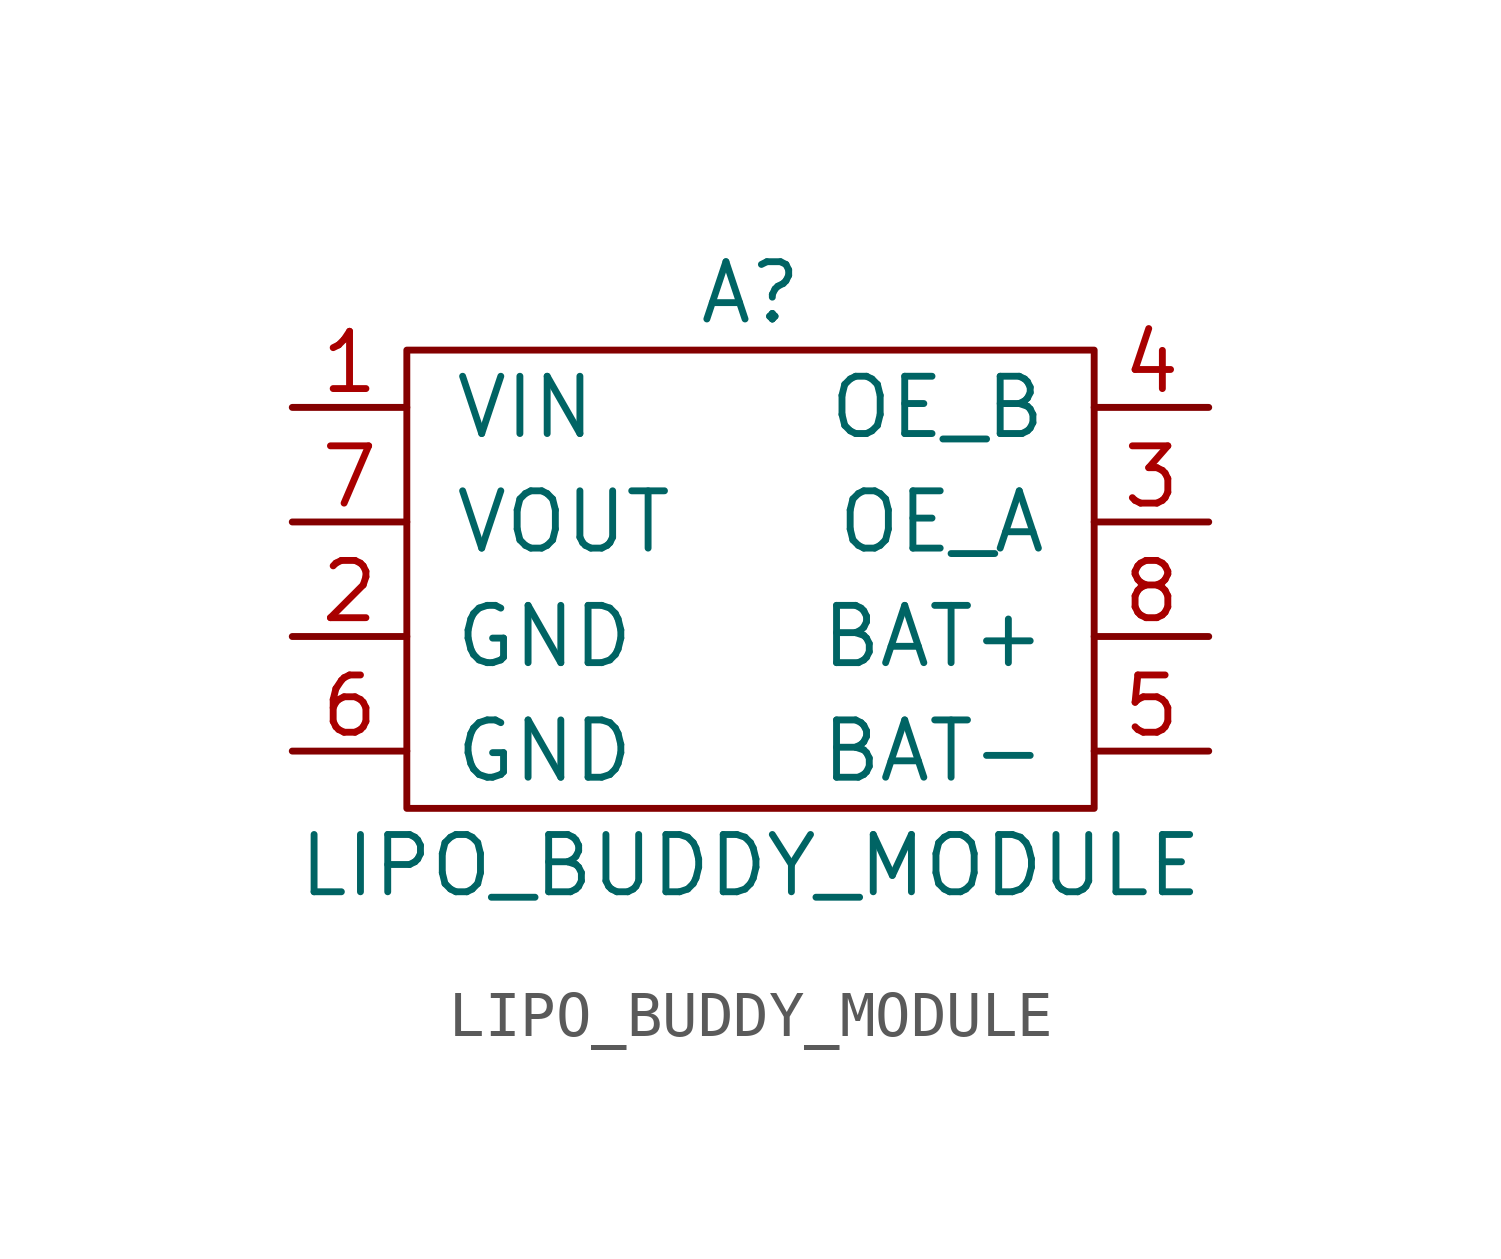
<source format=kicad_sym>
(kicad_symbol_lib
  (version 20211014)
  (generator kicad_symbol_editor)
  (symbol "LIPO_BUDDY_MODULE"
    (pin_names
      (offset 1.016))
    (property "Reference" "A"
      (at 0 6.35 0)
      (effects (font (size 1.27 1.27))))
    (property "Value" "LIPO_BUDDY_MODULE"
      (at 0 -6.35 0)
      (effects (font (size 1.27 1.27))))
    (symbol "LIPO_BUDDY_MODULE_0_1"
      (rectangle (start -7.62 5.08) (end 7.62 -5.08) (stroke (width 0) (type default) (color 0 0 0 0)) (fill (type none))))
    (symbol "LIPO_BUDDY_MODULE_1_1"
      (pin input line (at -10.16 3.81 0) (length 2.54) (name "VIN" (effects (font (size 1.27 1.27)))) (number "1" (effects (font (size 1.27 1.27)))))
      (pin input line (at -10.16 -1.27 0) (length 2.54) (name "GND" (effects (font (size 1.27 1.27)))) (number "2" (effects (font (size 1.27 1.27)))))
      (pin input line (at 10.16 1.27 180) (length 2.54) (name "OE_A" (effects (font (size 1.27 1.27)))) (number "3" (effects (font (size 1.27 1.27)))))
      (pin input line (at 10.16 3.81 180) (length 2.54) (name "OE_B" (effects (font (size 1.27 1.27)))) (number "4" (effects (font (size 1.27 1.27)))))
      (pin input line (at 10.16 -3.81 180) (length 2.54) (name "BAT-" (effects (font (size 1.27 1.27)))) (number "5" (effects (font (size 1.27 1.27)))))
      (pin input line (at -10.16 -3.81 0) (length 2.54) (name "GND" (effects (font (size 1.27 1.27)))) (number "6" (effects (font (size 1.27 1.27)))))
      (pin input line (at -10.16 1.27 0) (length 2.54) (name "VOUT" (effects (font (size 1.27 1.27)))) (number "7" (effects (font (size 1.27 1.27)))))
      (pin input line (at 10.16 -1.27 180) (length 2.54) (name "BAT+" (effects (font (size 1.27 1.27)))) (number "8" (effects (font (size 1.27 1.27))))))))
</source>
